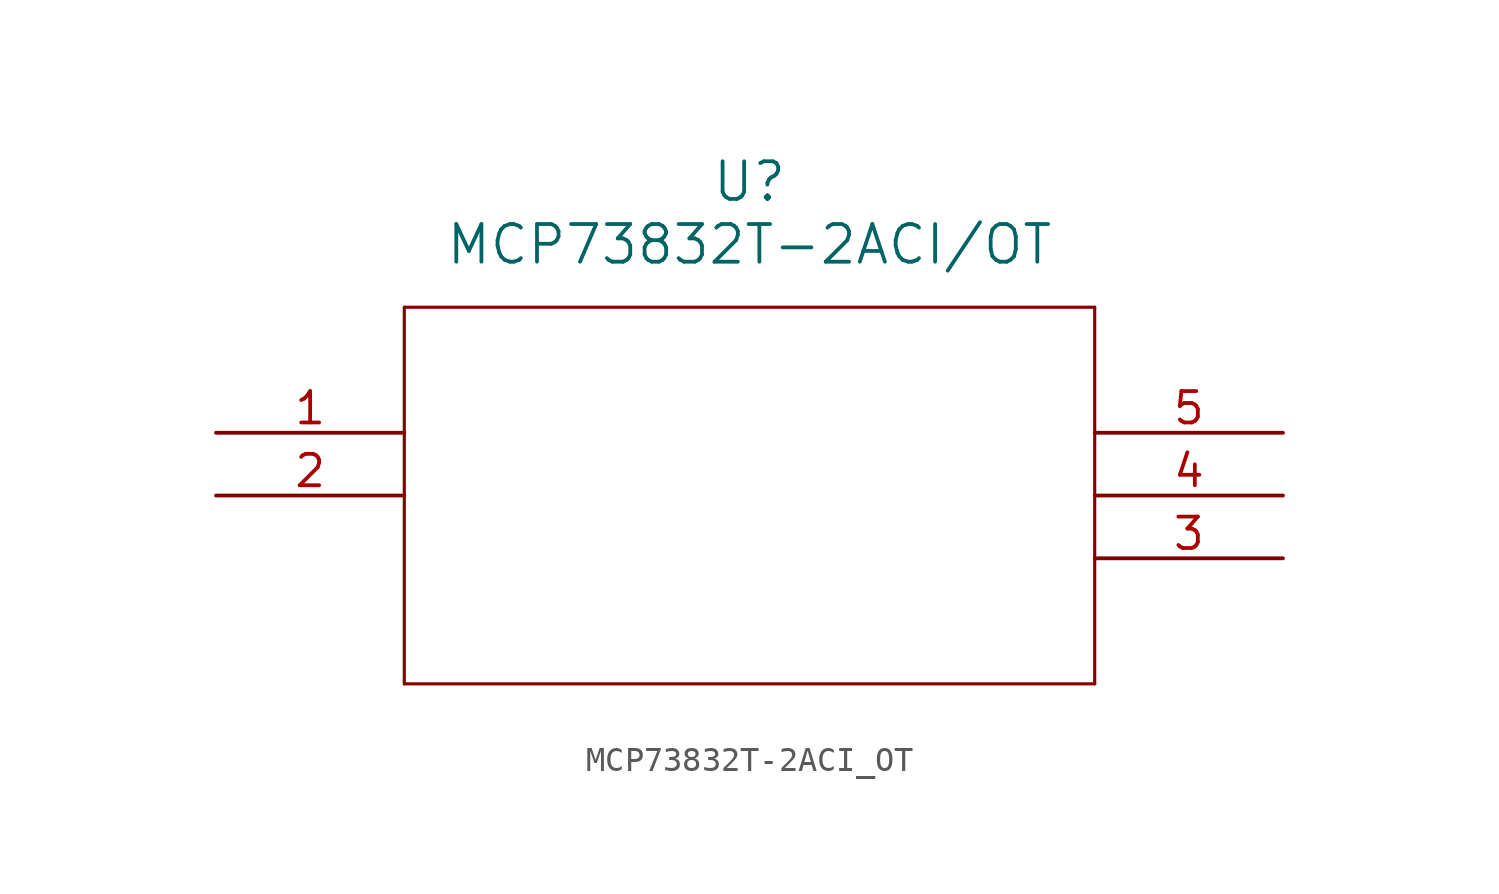
<source format=kicad_sym>
(kicad_symbol_lib
  (version 20211014)
  (generator kicad_symbol_editor)
  (symbol "MCP73832T-2ACI_OT"
    (pin_names
      (offset 0.254))
    (property "Reference" "U"
      (at 21.59 10.16 0)
      (effects (font (size 1.524 1.524))))
    (property "Value" "MCP73832T-2ACI/OT"
      (at 21.59 7.62 0)
      (effects (font (size 1.524 1.524))))
    (symbol "MCP73832T-2ACI_OT_0_1"
      (polyline (pts (xy 7.62 5.08) (xy 7.62 -10.16)) (stroke (width 0.127) (type default) (color 0 0 0 0)) (fill (type none)))
      (polyline (pts (xy 7.62 -10.16) (xy 35.56 -10.16)) (stroke (width 0.127) (type default) (color 0 0 0 0)) (fill (type none)))
      (polyline (pts (xy 35.56 -10.16) (xy 35.56 5.08)) (stroke (width 0.127) (type default) (color 0 0 0 0)) (fill (type none)))
      (polyline (pts (xy 35.56 5.08) (xy 7.62 5.08)) (stroke (width 0.127) (type default) (color 0 0 0 0)) (fill (type none)))
      (pin unspecified line (at 0 0 0) (length 7.62) (name "" (effects (font (size 1.27 1.27)))) (number "1" (effects (font (size 1.27 1.27)))))
      (pin unspecified line (at 0 -2.54 0) (length 7.62) (name "" (effects (font (size 1.27 1.27)))) (number "2" (effects (font (size 1.27 1.27)))))
      (pin unspecified line (at 43.18 -5.08 180) (length 7.62) (name "" (effects (font (size 1.27 1.27)))) (number "3" (effects (font (size 1.27 1.27)))))
      (pin unspecified line (at 43.18 -2.54 180) (length 7.62) (name "" (effects (font (size 1.27 1.27)))) (number "4" (effects (font (size 1.27 1.27)))))
      (pin unspecified line (at 43.18 0 180) (length 7.62) (name "" (effects (font (size 1.27 1.27)))) (number "5" (effects (font (size 1.27 1.27))))))))
</source>
